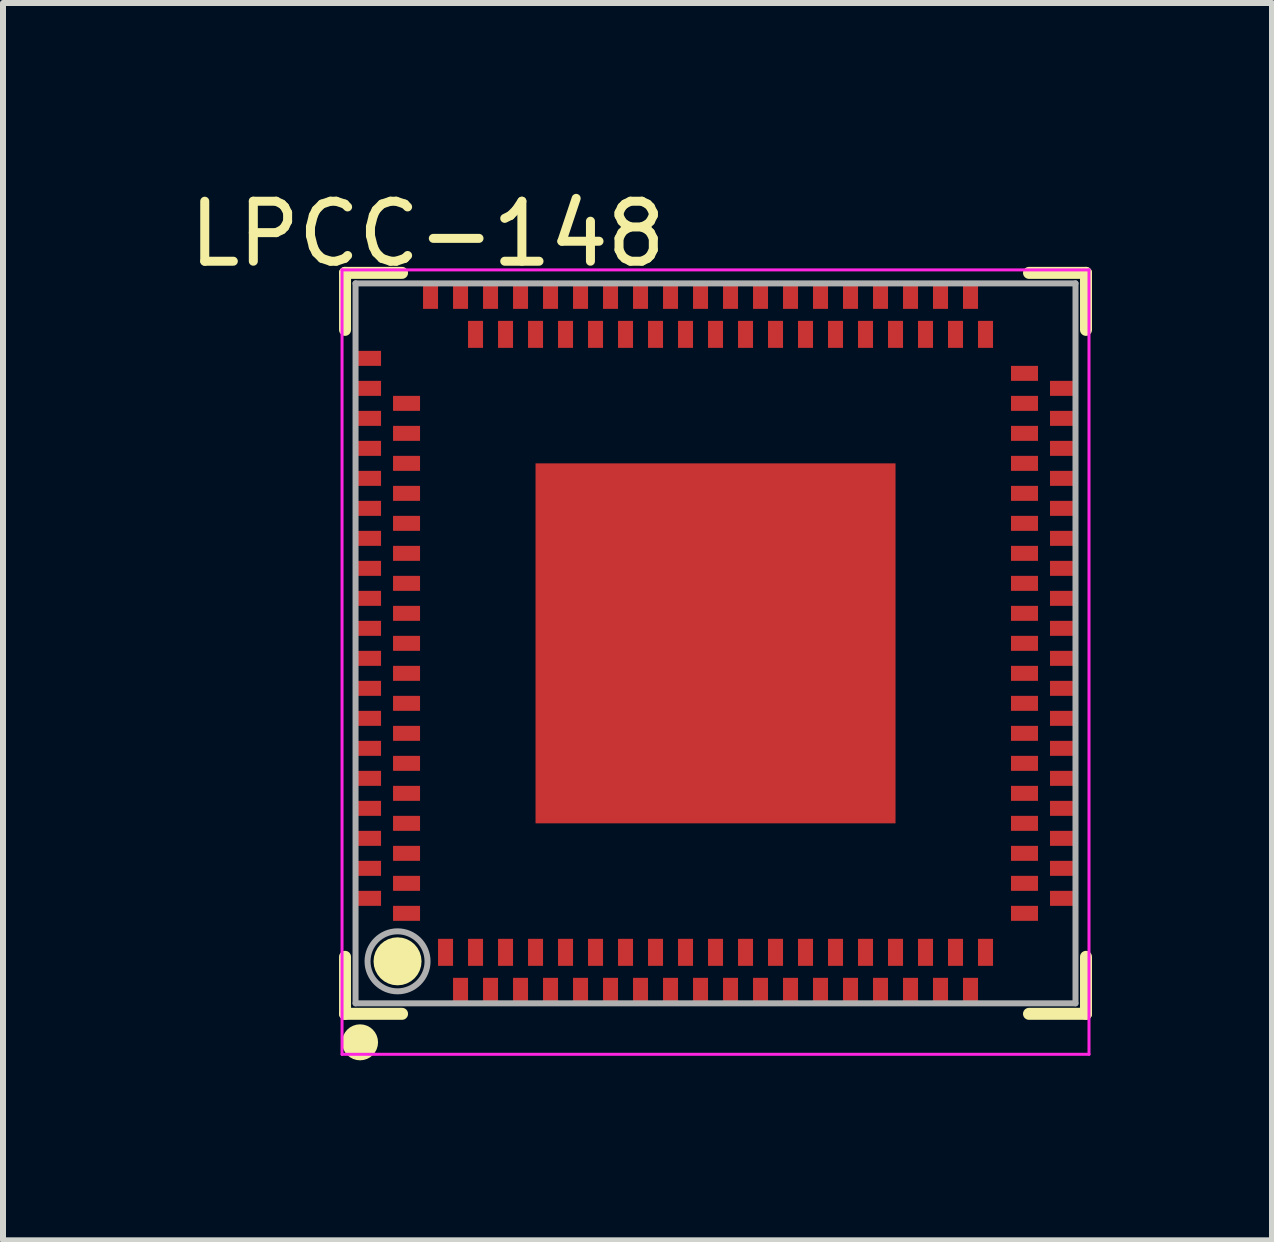
<source format=kicad_pcb>
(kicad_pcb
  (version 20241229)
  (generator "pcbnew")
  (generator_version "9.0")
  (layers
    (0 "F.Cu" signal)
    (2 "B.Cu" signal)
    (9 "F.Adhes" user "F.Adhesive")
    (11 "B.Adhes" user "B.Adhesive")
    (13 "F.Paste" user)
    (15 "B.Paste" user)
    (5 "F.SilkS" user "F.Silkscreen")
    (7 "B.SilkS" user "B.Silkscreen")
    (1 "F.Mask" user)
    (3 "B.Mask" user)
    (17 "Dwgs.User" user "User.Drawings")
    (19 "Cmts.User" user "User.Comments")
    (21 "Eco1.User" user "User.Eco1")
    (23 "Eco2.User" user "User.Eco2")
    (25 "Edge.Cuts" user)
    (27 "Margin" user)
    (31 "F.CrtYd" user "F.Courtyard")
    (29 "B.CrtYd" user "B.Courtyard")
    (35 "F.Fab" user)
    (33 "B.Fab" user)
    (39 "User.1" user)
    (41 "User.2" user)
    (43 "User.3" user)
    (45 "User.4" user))
  (footprint "LPCC-148"
    (layer "F.Cu")
    (at 8.876 7.673)
    (property "Reference" "LPCC-148" (at -4.799 -6.824 0) (layer "F.SilkS") (effects (font (size 1 1) (thickness 0.15))))
    (attr through_hole)
    (fp_line (start -6.175 -6.175) (end -5.225 -6.175) (stroke (width 0.2) (type solid)) (layer "F.SilkS"))
    (fp_line (start -6.175 -5.225) (end -6.175 -6.175) (stroke (width 0.2) (type solid)) (layer "F.SilkS"))
    (fp_line (start -6.175 6.175) (end -6.175 5.225) (stroke (width 0.2) (type solid)) (layer "F.SilkS"))
    (fp_line (start -6.175 6.175) (end -5.225 6.175) (stroke (width 0.2) (type solid)) (layer "F.SilkS"))
    (fp_line (start 5.225 -6.175) (end 6.175 -6.175) (stroke (width 0.2) (type solid)) (layer "F.SilkS"))
    (fp_line (start 5.225 6.175) (end 6.175 6.175) (stroke (width 0.2) (type solid)) (layer "F.SilkS"))
    (fp_line (start 6.175 -5.225) (end 6.175 -6.175) (stroke (width 0.2) (type solid)) (layer "F.SilkS"))
    (fp_line (start 6.175 6.175) (end 6.175 5.225) (stroke (width 0.2) (type solid)) (layer "F.SilkS"))
    (fp_circle (center -5.925 6.65) (end -5.775 6.65) (stroke (width 0.3) (type solid)) (fill no) (layer "F.SilkS"))
    (fp_circle (center -5.3 5.3) (end -5.1 5.3) (stroke (width 0.4) (type solid)) (fill no) (layer "F.SilkS"))
    (fp_line (start -6.225 -6.225) (end 6.225 -6.225) (stroke (width 0.05) (type solid)) (layer "F.CrtYd"))
    (fp_line (start -6.225 6.85) (end -6.225 -6.225) (stroke (width 0.05) (type solid)) (layer "F.CrtYd"))
    (fp_line (start 6.225 -6.225) (end 6.225 6.85) (stroke (width 0.05) (type solid)) (layer "F.CrtYd"))
    (fp_line (start 6.225 6.85) (end -6.225 6.85) (stroke (width 0.05) (type solid)) (layer "F.CrtYd"))
    (fp_line (start -6 -6) (end 6 -6) (stroke (width 0.1) (type solid)) (layer "F.Fab"))
    (fp_line (start -6 6) (end -6 -6) (stroke (width 0.1) (type solid)) (layer "F.Fab"))
    (fp_line (start -6 6) (end 6 6) (stroke (width 0.1) (type solid)) (layer "F.Fab"))
    (fp_line (start 6 6) (end 6 -6) (stroke (width 0.1) (type solid)) (layer "F.Fab"))
    (fp_circle (center -5.3 5.3) (end -4.8 5.3) (stroke (width 0.1) (type solid)) (fill no) (layer "F.Fab"))
    (pad "0" smd rect (at 0 0 90) (size 6 6) (layers "F.Cu" "F.Mask" "F.Paste"))
    (pad "A3" smd rect (at -4.25 5.8 90) (size 0.45 0.25) (layers "F.Cu" "F.Mask" "F.Paste"))
    (pad "A4" smd rect (at -3.75 5.8 90) (size 0.45 0.25) (layers "F.Cu" "F.Mask" "F.Paste"))
    (pad "A5" smd rect (at -3.25 5.8 90) (size 0.45 0.25) (layers "F.Cu" "F.Mask" "F.Paste"))
    (pad "A6" smd rect (at -2.75 5.8 90) (size 0.45 0.25) (layers "F.Cu" "F.Mask" "F.Paste"))
    (pad "A7" smd rect (at -2.25 5.8 90) (size 0.45 0.25) (layers "F.Cu" "F.Mask" "F.Paste"))
    (pad "A8" smd rect (at -1.75 5.8 90) (size 0.45 0.25) (layers "F.Cu" "F.Mask" "F.Paste"))
    (pad "A9" smd rect (at -1.25 5.8 90) (size 0.45 0.25) (layers "F.Cu" "F.Mask" "F.Paste"))
    (pad "A10" smd rect (at -0.75 5.8 90) (size 0.45 0.25) (layers "F.Cu" "F.Mask" "F.Paste"))
    (pad "A11" smd rect (at -0.25 5.8 90) (size 0.45 0.25) (layers "F.Cu" "F.Mask" "F.Paste"))
    (pad "A12" smd rect (at 0.25 5.8 90) (size 0.45 0.25) (layers "F.Cu" "F.Mask" "F.Paste"))
    (pad "A13" smd rect (at 0.75 5.8 90) (size 0.45 0.25) (layers "F.Cu" "F.Mask" "F.Paste"))
    (pad "A14" smd rect (at 1.25 5.8 90) (size 0.45 0.25) (layers "F.Cu" "F.Mask" "F.Paste"))
    (pad "A15" smd rect (at 1.75 5.8 90) (size 0.45 0.25) (layers "F.Cu" "F.Mask" "F.Paste"))
    (pad "A16" smd rect (at 2.25 5.8 90) (size 0.45 0.25) (layers "F.Cu" "F.Mask" "F.Paste"))
    (pad "A17" smd rect (at 2.75 5.8 90) (size 0.45 0.25) (layers "F.Cu" "F.Mask" "F.Paste"))
    (pad "A18" smd rect (at 3.25 5.8 90) (size 0.45 0.25) (layers "F.Cu" "F.Mask" "F.Paste"))
    (pad "A19" smd rect (at 3.75 5.8 90) (size 0.45 0.25) (layers "F.Cu" "F.Mask" "F.Paste"))
    (pad "A20" smd rect (at 4.25 5.8 90) (size 0.45 0.25) (layers "F.Cu" "F.Mask" "F.Paste"))
    (pad "A25" smd rect (at 5.8 4.25 180) (size 0.45 0.25) (layers "F.Cu" "F.Mask" "F.Paste"))
    (pad "A26" smd rect (at 5.8 3.75 180) (size 0.45 0.25) (layers "F.Cu" "F.Mask" "F.Paste"))
    (pad "A27" smd rect (at 5.8 3.25 180) (size 0.45 0.25) (layers "F.Cu" "F.Mask" "F.Paste"))
    (pad "A28" smd rect (at 5.8 2.75 180) (size 0.45 0.25) (layers "F.Cu" "F.Mask" "F.Paste"))
    (pad "A29" smd rect (at 5.8 2.25 180) (size 0.45 0.25) (layers "F.Cu" "F.Mask" "F.Paste"))
    (pad "A30" smd rect (at 5.8 1.75 180) (size 0.45 0.25) (layers "F.Cu" "F.Mask" "F.Paste"))
    (pad "A31" smd rect (at 5.8 1.25 180) (size 0.45 0.25) (layers "F.Cu" "F.Mask" "F.Paste"))
    (pad "A32" smd rect (at 5.8 0.75 180) (size 0.45 0.25) (layers "F.Cu" "F.Mask" "F.Paste"))
    (pad "A33" smd rect (at 5.8 0.25 180) (size 0.45 0.25) (layers "F.Cu" "F.Mask" "F.Paste"))
    (pad "A34" smd rect (at 5.8 -0.25 180) (size 0.45 0.25) (layers "F.Cu" "F.Mask" "F.Paste"))
    (pad "A35" smd rect (at 5.8 -0.75 180) (size 0.45 0.25) (layers "F.Cu" "F.Mask" "F.Paste"))
    (pad "A36" smd rect (at 5.8 -1.25 180) (size 0.45 0.25) (layers "F.Cu" "F.Mask" "F.Paste"))
    (pad "A37" smd rect (at 5.8 -1.75 180) (size 0.45 0.25) (layers "F.Cu" "F.Mask" "F.Paste"))
    (pad "A38" smd rect (at 5.8 -2.25 180) (size 0.45 0.25) (layers "F.Cu" "F.Mask" "F.Paste"))
    (pad "A39" smd rect (at 5.8 -2.75 180) (size 0.45 0.25) (layers "F.Cu" "F.Mask" "F.Paste"))
    (pad "A40" smd rect (at 5.8 -3.25 180) (size 0.45 0.25) (layers "F.Cu" "F.Mask" "F.Paste"))
    (pad "A41" smd rect (at 5.8 -3.75 180) (size 0.45 0.25) (layers "F.Cu" "F.Mask" "F.Paste"))
    (pad "A42" smd rect (at 5.8 -4.25 180) (size 0.45 0.25) (layers "F.Cu" "F.Mask" "F.Paste"))
    (pad "A47" smd rect (at 4.25 -5.8 270) (size 0.45 0.25) (layers "F.Cu" "F.Mask" "F.Paste"))
    (pad "A48" smd rect (at 3.75 -5.8 270) (size 0.45 0.25) (layers "F.Cu" "F.Mask" "F.Paste"))
    (pad "A49" smd rect (at 3.25 -5.8 270) (size 0.45 0.25) (layers "F.Cu" "F.Mask" "F.Paste"))
    (pad "A50" smd rect (at 2.75 -5.8 270) (size 0.45 0.25) (layers "F.Cu" "F.Mask" "F.Paste"))
    (pad "A51" smd rect (at 2.25 -5.8 270) (size 0.45 0.25) (layers "F.Cu" "F.Mask" "F.Paste"))
    (pad "A52" smd rect (at 1.75 -5.8 270) (size 0.45 0.25) (layers "F.Cu" "F.Mask" "F.Paste"))
    (pad "A53" smd rect (at 1.25 -5.8 270) (size 0.45 0.25) (layers "F.Cu" "F.Mask" "F.Paste"))
    (pad "A54" smd rect (at 0.75 -5.8 270) (size 0.45 0.25) (layers "F.Cu" "F.Mask" "F.Paste"))
    (pad "A55" smd rect (at 0.25 -5.8 270) (size 0.45 0.25) (layers "F.Cu" "F.Mask" "F.Paste"))
    (pad "A56" smd rect (at -0.25 -5.8 270) (size 0.45 0.25) (layers "F.Cu" "F.Mask" "F.Paste"))
    (pad "A57" smd rect (at -0.75 -5.8 270) (size 0.45 0.25) (layers "F.Cu" "F.Mask" "F.Paste"))
    (pad "A58" smd rect (at -1.25 -5.8 270) (size 0.45 0.25) (layers "F.Cu" "F.Mask" "F.Paste"))
    (pad "A59" smd rect (at -1.75 -5.8 270) (size 0.45 0.25) (layers "F.Cu" "F.Mask" "F.Paste"))
    (pad "A60" smd rect (at -2.25 -5.8 270) (size 0.45 0.25) (layers "F.Cu" "F.Mask" "F.Paste"))
    (pad "A61" smd rect (at -2.75 -5.8 270) (size 0.45 0.25) (layers "F.Cu" "F.Mask" "F.Paste"))
    (pad "A62" smd rect (at -3.25 -5.8 270) (size 0.45 0.25) (layers "F.Cu" "F.Mask" "F.Paste"))
    (pad "A63" smd rect (at -3.75 -5.8 270) (size 0.45 0.25) (layers "F.Cu" "F.Mask" "F.Paste"))
    (pad "A64" smd rect (at -4.25 -5.8 270) (size 0.45 0.25) (layers "F.Cu" "F.Mask" "F.Paste"))
    (pad "A65" smd rect (at -4.75 -5.8 270) (size 0.45 0.25) (layers "F.Cu" "F.Mask" "F.Paste"))
    (pad "A68" smd rect (at -5.8 -4.75) (size 0.45 0.25) (layers "F.Cu" "F.Mask" "F.Paste"))
    (pad "A69" smd rect (at -5.8 -4.25) (size 0.45 0.25) (layers "F.Cu" "F.Mask" "F.Paste"))
    (pad "A70" smd rect (at -5.8 -3.75) (size 0.45 0.25) (layers "F.Cu" "F.Mask" "F.Paste"))
    (pad "A71" smd rect (at -5.8 -3.25) (size 0.45 0.25) (layers "F.Cu" "F.Mask" "F.Paste"))
    (pad "A72" smd rect (at -5.8 -2.75) (size 0.45 0.25) (layers "F.Cu" "F.Mask" "F.Paste"))
    (pad "A73" smd rect (at -5.8 -2.25) (size 0.45 0.25) (layers "F.Cu" "F.Mask" "F.Paste"))
    (pad "A74" smd rect (at -5.8 -1.75) (size 0.45 0.25) (layers "F.Cu" "F.Mask" "F.Paste"))
    (pad "A75" smd rect (at -5.8 -1.25) (size 0.45 0.25) (layers "F.Cu" "F.Mask" "F.Paste"))
    (pad "A76" smd rect (at -5.8 -0.75) (size 0.45 0.25) (layers "F.Cu" "F.Mask" "F.Paste"))
    (pad "A77" smd rect (at -5.8 -0.25) (size 0.45 0.25) (layers "F.Cu" "F.Mask" "F.Paste"))
    (pad "A78" smd rect (at -5.8 0.25) (size 0.45 0.25) (layers "F.Cu" "F.Mask" "F.Paste"))
    (pad "A79" smd rect (at -5.8 0.75) (size 0.45 0.25) (layers "F.Cu" "F.Mask" "F.Paste"))
    (pad "A80" smd rect (at -5.8 1.25) (size 0.45 0.25) (layers "F.Cu" "F.Mask" "F.Paste"))
    (pad "A81" smd rect (at -5.8 1.75) (size 0.45 0.25) (layers "F.Cu" "F.Mask" "F.Paste"))
    (pad "A82" smd rect (at -5.8 2.25) (size 0.45 0.25) (layers "F.Cu" "F.Mask" "F.Paste"))
    (pad "A83" smd rect (at -5.8 2.75) (size 0.45 0.25) (layers "F.Cu" "F.Mask" "F.Paste"))
    (pad "A84" smd rect (at -5.8 3.25) (size 0.45 0.25) (layers "F.Cu" "F.Mask" "F.Paste"))
    (pad "A85" smd rect (at -5.8 3.75) (size 0.45 0.25) (layers "F.Cu" "F.Mask" "F.Paste"))
    (pad "A86" smd rect (at -5.8 4.25) (size 0.45 0.25) (layers "F.Cu" "F.Mask" "F.Paste"))
    (pad "B1" smd rect (at -4.5 5.15 90) (size 0.45 0.25) (layers "F.Cu" "F.Mask" "F.Paste"))
    (pad "B2" smd rect (at -4 5.15 90) (size 0.45 0.25) (layers "F.Cu" "F.Mask" "F.Paste"))
    (pad "B3" smd rect (at -3.5 5.15 90) (size 0.45 0.25) (layers "F.Cu" "F.Mask" "F.Paste"))
    (pad "B4" smd rect (at -3 5.15 90) (size 0.45 0.25) (layers "F.Cu" "F.Mask" "F.Paste"))
    (pad "B5" smd rect (at -2.5 5.15 90) (size 0.45 0.25) (layers "F.Cu" "F.Mask" "F.Paste"))
    (pad "B6" smd rect (at -2 5.15 90) (size 0.45 0.25) (layers "F.Cu" "F.Mask" "F.Paste"))
    (pad "B7" smd rect (at -1.5 5.15 90) (size 0.45 0.25) (layers "F.Cu" "F.Mask" "F.Paste"))
    (pad "B8" smd rect (at -1 5.15 90) (size 0.45 0.25) (layers "F.Cu" "F.Mask" "F.Paste"))
    (pad "B9" smd rect (at -0.5 5.15 90) (size 0.45 0.25) (layers "F.Cu" "F.Mask" "F.Paste"))
    (pad "B10" smd rect (at 0 5.15 90) (size 0.45 0.25) (layers "F.Cu" "F.Mask" "F.Paste"))
    (pad "B11" smd rect (at 0.5 5.15 90) (size 0.45 0.25) (layers "F.Cu" "F.Mask" "F.Paste"))
    (pad "B12" smd rect (at 1 5.15 90) (size 0.45 0.25) (layers "F.Cu" "F.Mask" "F.Paste"))
    (pad "B13" smd rect (at 1.5 5.15 90) (size 0.45 0.25) (layers "F.Cu" "F.Mask" "F.Paste"))
    (pad "B14" smd rect (at 2 5.15 90) (size 0.45 0.25) (layers "F.Cu" "F.Mask" "F.Paste"))
    (pad "B15" smd rect (at 2.5 5.15 90) (size 0.45 0.25) (layers "F.Cu" "F.Mask" "F.Paste"))
    (pad "B16" smd rect (at 3 5.15 90) (size 0.45 0.25) (layers "F.Cu" "F.Mask" "F.Paste"))
    (pad "B17" smd rect (at 3.5 5.15 90) (size 0.45 0.25) (layers "F.Cu" "F.Mask" "F.Paste"))
    (pad "B18" smd rect (at 4 5.15 90) (size 0.45 0.25) (layers "F.Cu" "F.Mask" "F.Paste"))
    (pad "B19" smd rect (at 4.5 5.15 90) (size 0.45 0.25) (layers "F.Cu" "F.Mask" "F.Paste"))
    (pad "B20" smd rect (at 5.15 4.5 180) (size 0.45 0.25) (layers "F.Cu" "F.Mask" "F.Paste"))
    (pad "B21" smd rect (at 5.15 4 180) (size 0.45 0.25) (layers "F.Cu" "F.Mask" "F.Paste"))
    (pad "B22" smd rect (at 5.15 3.5 180) (size 0.45 0.25) (layers "F.Cu" "F.Mask" "F.Paste"))
    (pad "B23" smd rect (at 5.15 3 180) (size 0.45 0.25) (layers "F.Cu" "F.Mask" "F.Paste"))
    (pad "B24" smd rect (at 5.15 2.5 180) (size 0.45 0.25) (layers "F.Cu" "F.Mask" "F.Paste"))
    (pad "B25" smd rect (at 5.15 2 180) (size 0.45 0.25) (layers "F.Cu" "F.Mask" "F.Paste"))
    (pad "B26" smd rect (at 5.15 1.5 180) (size 0.45 0.25) (layers "F.Cu" "F.Mask" "F.Paste"))
    (pad "B27" smd rect (at 5.15 1 180) (size 0.45 0.25) (layers "F.Cu" "F.Mask" "F.Paste"))
    (pad "B28" smd rect (at 5.15 0.5 180) (size 0.45 0.25) (layers "F.Cu" "F.Mask" "F.Paste"))
    (pad "B29" smd rect (at 5.15 0 180) (size 0.45 0.25) (layers "F.Cu" "F.Mask" "F.Paste"))
    (pad "B30" smd rect (at 5.15 -0.5 180) (size 0.45 0.25) (layers "F.Cu" "F.Mask" "F.Paste"))
    (pad "B31" smd rect (at 5.15 -1 180) (size 0.45 0.25) (layers "F.Cu" "F.Mask" "F.Paste"))
    (pad "B32" smd rect (at 5.15 -1.5 180) (size 0.45 0.25) (layers "F.Cu" "F.Mask" "F.Paste"))
    (pad "B33" smd rect (at 5.15 -2 180) (size 0.45 0.25) (layers "F.Cu" "F.Mask" "F.Paste"))
    (pad "B34" smd rect (at 5.15 -2.5 180) (size 0.45 0.25) (layers "F.Cu" "F.Mask" "F.Paste"))
    (pad "B35" smd rect (at 5.15 -3 180) (size 0.45 0.25) (layers "F.Cu" "F.Mask" "F.Paste"))
    (pad "B36" smd rect (at 5.15 -3.5 180) (size 0.45 0.25) (layers "F.Cu" "F.Mask" "F.Paste"))
    (pad "B37" smd rect (at 5.15 -4 180) (size 0.45 0.25) (layers "F.Cu" "F.Mask" "F.Paste"))
    (pad "B38" smd rect (at 5.15 -4.5 180) (size 0.45 0.25) (layers "F.Cu" "F.Mask" "F.Paste"))
    (pad "B39" smd rect (at 4.5 -5.15 270) (size 0.45 0.25) (layers "F.Cu" "F.Mask" "F.Paste"))
    (pad "B40" smd rect (at 4 -5.15 270) (size 0.45 0.25) (layers "F.Cu" "F.Mask" "F.Paste"))
    (pad "B41" smd rect (at 3.5 -5.15 270) (size 0.45 0.25) (layers "F.Cu" "F.Mask" "F.Paste"))
    (pad "B42" smd rect (at 3 -5.15 270) (size 0.45 0.25) (layers "F.Cu" "F.Mask" "F.Paste"))
    (pad "B43" smd rect (at 2.5 -5.15 270) (size 0.45 0.25) (layers "F.Cu" "F.Mask" "F.Paste"))
    (pad "B44" smd rect (at 2 -5.15 270) (size 0.45 0.25) (layers "F.Cu" "F.Mask" "F.Paste"))
    (pad "B45" smd rect (at 1.5 -5.15 270) (size 0.45 0.25) (layers "F.Cu" "F.Mask" "F.Paste"))
    (pad "B46" smd rect (at 1 -5.15 270) (size 0.45 0.25) (layers "F.Cu" "F.Mask" "F.Paste"))
    (pad "B47" smd rect (at 0.5 -5.15 270) (size 0.45 0.25) (layers "F.Cu" "F.Mask" "F.Paste"))
    (pad "B48" smd rect (at 0 -5.15 270) (size 0.45 0.25) (layers "F.Cu" "F.Mask" "F.Paste"))
    (pad "B49" smd rect (at -0.5 -5.15 270) (size 0.45 0.25) (layers "F.Cu" "F.Mask" "F.Paste"))
    (pad "B50" smd rect (at -1 -5.15 270) (size 0.45 0.25) (layers "F.Cu" "F.Mask" "F.Paste"))
    (pad "B51" smd rect (at -1.5 -5.15 270) (size 0.45 0.25) (layers "F.Cu" "F.Mask" "F.Paste"))
    (pad "B52" smd rect (at -2 -5.15 270) (size 0.45 0.25) (layers "F.Cu" "F.Mask" "F.Paste"))
    (pad "B53" smd rect (at -2.5 -5.15 270) (size 0.45 0.25) (layers "F.Cu" "F.Mask" "F.Paste"))
    (pad "B54" smd rect (at -3 -5.15 270) (size 0.45 0.25) (layers "F.Cu" "F.Mask" "F.Paste"))
    (pad "B55" smd rect (at -3.5 -5.15 270) (size 0.45 0.25) (layers "F.Cu" "F.Mask" "F.Paste"))
    (pad "B56" smd rect (at -4 -5.15 270) (size 0.45 0.25) (layers "F.Cu" "F.Mask" "F.Paste"))
    (pad "B59" smd rect (at -5.15 -4) (size 0.45 0.25) (layers "F.Cu" "F.Mask" "F.Paste"))
    (pad "B60" smd rect (at -5.15 -3.5) (size 0.45 0.25) (layers "F.Cu" "F.Mask" "F.Paste"))
    (pad "B61" smd rect (at -5.15 -3) (size 0.45 0.25) (layers "F.Cu" "F.Mask" "F.Paste"))
    (pad "B62" smd rect (at -5.15 -2.5) (size 0.45 0.25) (layers "F.Cu" "F.Mask" "F.Paste"))
    (pad "B63" smd rect (at -5.15 -2) (size 0.45 0.25) (layers "F.Cu" "F.Mask" "F.Paste"))
    (pad "B64" smd rect (at -5.15 -1.5) (size 0.45 0.25) (layers "F.Cu" "F.Mask" "F.Paste"))
    (pad "B65" smd rect (at -5.15 -1) (size 0.45 0.25) (layers "F.Cu" "F.Mask" "F.Paste"))
    (pad "B66" smd rect (at -5.15 -0.5) (size 0.45 0.25) (layers "F.Cu" "F.Mask" "F.Paste"))
    (pad "B67" smd rect (at -5.15 0) (size 0.45 0.25) (layers "F.Cu" "F.Mask" "F.Paste"))
    (pad "B68" smd rect (at -5.15 0.5) (size 0.45 0.25) (layers "F.Cu" "F.Mask" "F.Paste"))
    (pad "B69" smd rect (at -5.15 1) (size 0.45 0.25) (layers "F.Cu" "F.Mask" "F.Paste"))
    (pad "B70" smd rect (at -5.15 1.5) (size 0.45 0.25) (layers "F.Cu" "F.Mask" "F.Paste"))
    (pad "B71" smd rect (at -5.15 2) (size 0.45 0.25) (layers "F.Cu" "F.Mask" "F.Paste"))
    (pad "B72" smd rect (at -5.15 2.5) (size 0.45 0.25) (layers "F.Cu" "F.Mask" "F.Paste"))
    (pad "B73" smd rect (at -5.15 3) (size 0.45 0.25) (layers "F.Cu" "F.Mask" "F.Paste"))
    (pad "B74" smd rect (at -5.15 3.5) (size 0.45 0.25) (layers "F.Cu" "F.Mask" "F.Paste"))
    (pad "B75" smd rect (at -5.15 4) (size 0.45 0.25) (layers "F.Cu" "F.Mask" "F.Paste"))
    (pad "B76" smd rect (at -5.15 4.5) (size 0.45 0.25) (layers "F.Cu" "F.Mask" "F.Paste")))
  (gr_rect
    (start -3 -3)
    (end 18.151 17.623)
    (stroke (width 0.1) (type default))
    (fill no)
    (layer "Edge.Cuts")))
</source>
